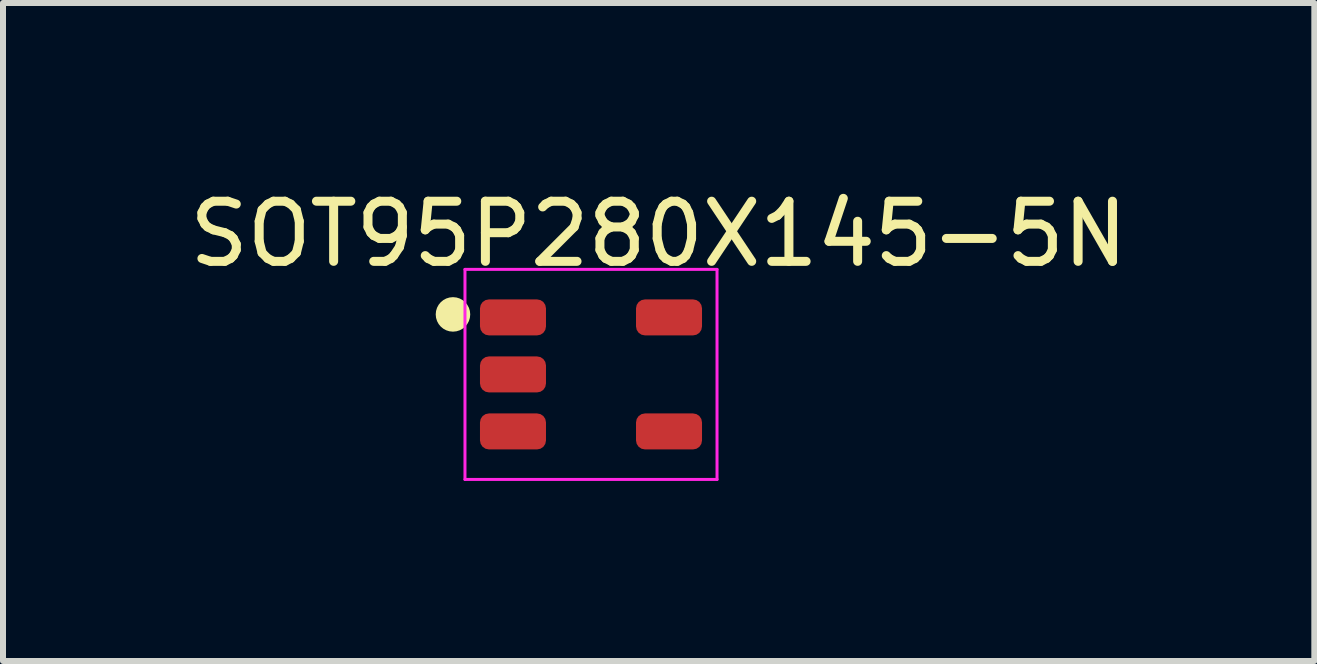
<source format=kicad_pcb>
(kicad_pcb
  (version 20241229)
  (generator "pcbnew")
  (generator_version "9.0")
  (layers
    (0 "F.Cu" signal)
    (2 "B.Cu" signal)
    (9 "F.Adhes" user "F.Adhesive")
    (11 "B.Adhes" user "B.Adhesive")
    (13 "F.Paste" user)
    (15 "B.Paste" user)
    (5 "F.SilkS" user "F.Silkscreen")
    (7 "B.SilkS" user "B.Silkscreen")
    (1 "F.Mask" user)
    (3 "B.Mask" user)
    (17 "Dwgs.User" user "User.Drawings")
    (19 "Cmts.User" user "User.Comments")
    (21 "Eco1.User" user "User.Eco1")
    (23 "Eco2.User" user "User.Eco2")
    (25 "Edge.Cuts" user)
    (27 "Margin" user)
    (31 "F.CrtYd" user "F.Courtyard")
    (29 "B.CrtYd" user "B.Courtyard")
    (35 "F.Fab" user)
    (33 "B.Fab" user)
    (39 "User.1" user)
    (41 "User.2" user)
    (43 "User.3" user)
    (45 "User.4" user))
  (footprint "SOT95P280X145-5N"
    (layer "F.Cu")
    (at 6.798 3.189)
    (property "Reference" "SOT95P280X145-5N" (at 1.127 -2.34 0) (layer "F.SilkS") (effects (font (size 1.002 1.002) (thickness 0.15))))
    (attr smd)
    (fp_circle (center -2.4 -1) (end -2.3 -1) (stroke (width 0.127) (type solid)) (fill no) (layer "F.SilkS"))
    (fp_circle (center -2.3 -1) (end -2.2 -1) (stroke (width 0.127) (type solid)) (fill no) (layer "F.SilkS"))
    (fp_circle (center -2.3 -1) (end -2.159 -1) (stroke (width 0.127) (type solid)) (fill no) (layer "F.SilkS"))
    (fp_circle (center -2.3 -1) (end -2.076 -1) (stroke (width 0.127) (type solid)) (fill no) (layer "F.SilkS"))
    (fp_line (start -2.1 -1.75) (end 2.1 -1.75) (stroke (width 0.05) (type solid)) (layer "F.CrtYd"))
    (fp_line (start -2.1 1.75) (end -2.1 -1.75) (stroke (width 0.05) (type solid)) (layer "F.CrtYd"))
    (fp_line (start 2.1 -1.75) (end 2.1 1.75) (stroke (width 0.05) (type solid)) (layer "F.CrtYd"))
    (fp_line (start 2.1 1.75) (end -2.1 1.75) (stroke (width 0.05) (type solid)) (layer "F.CrtYd"))
    (pad "1" smd roundrect (at -1.3 -0.95) (size 1.1 0.6) (layers "F.Cu" "F.Mask" "F.Paste") (roundrect_rratio 0.25))
    (pad "2" smd roundrect (at -1.3 0) (size 1.1 0.6) (layers "F.Cu" "F.Mask" "F.Paste") (roundrect_rratio 0.25))
    (pad "3" smd roundrect (at -1.3 0.95) (size 1.1 0.6) (layers "F.Cu" "F.Mask" "F.Paste") (roundrect_rratio 0.25))
    (pad "4" smd roundrect (at 1.3 0.95 180) (size 1.1 0.6) (layers "F.Cu" "F.Mask" "F.Paste") (roundrect_rratio 0.25))
    (pad "5" smd roundrect (at 1.3 -0.95 180) (size 1.1 0.6) (layers "F.Cu" "F.Mask" "F.Paste") (roundrect_rratio 0.25)))
  (gr_rect
    (start -3 -3)
    (end 18.851 7.964)
    (stroke (width 0.1) (type default))
    (fill no)
    (layer "Edge.Cuts")))
</source>
